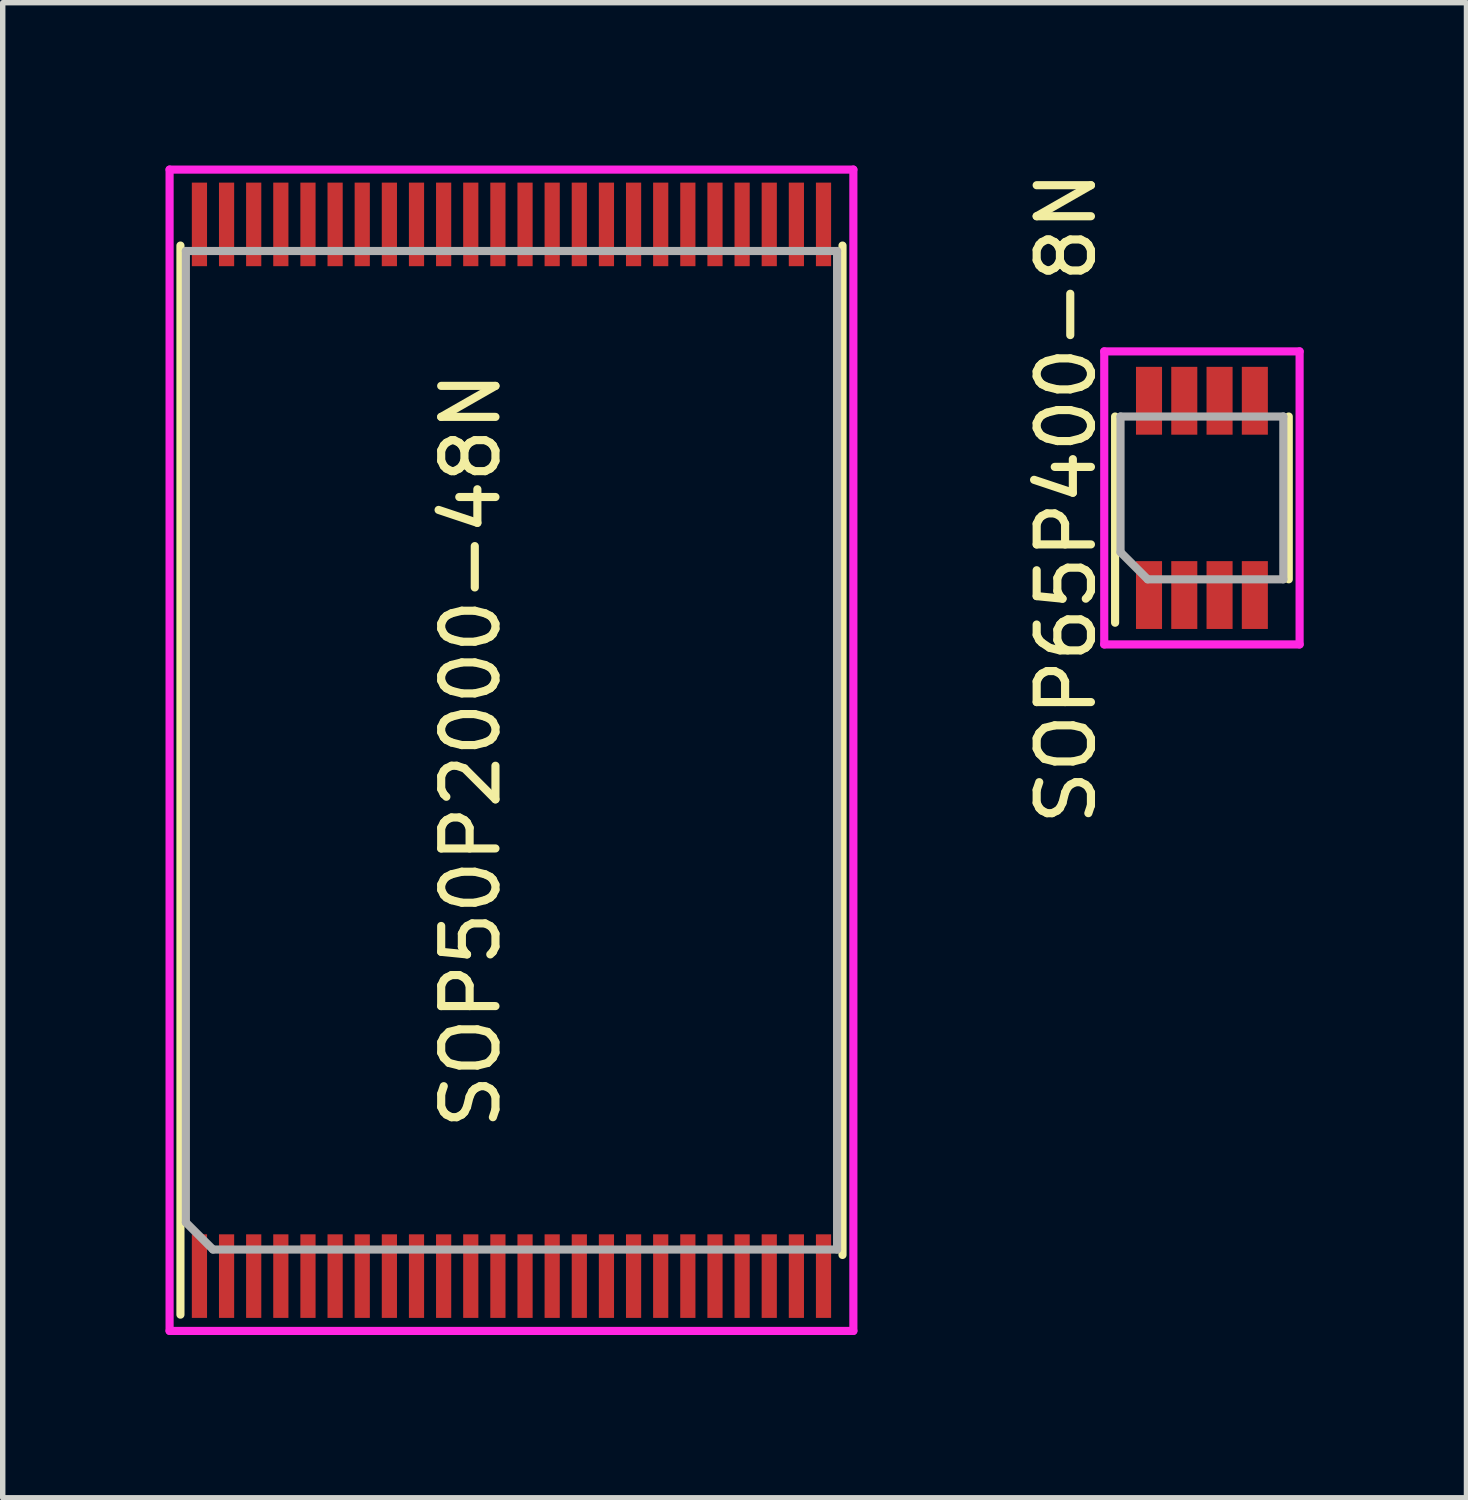
<source format=kicad_pcb>
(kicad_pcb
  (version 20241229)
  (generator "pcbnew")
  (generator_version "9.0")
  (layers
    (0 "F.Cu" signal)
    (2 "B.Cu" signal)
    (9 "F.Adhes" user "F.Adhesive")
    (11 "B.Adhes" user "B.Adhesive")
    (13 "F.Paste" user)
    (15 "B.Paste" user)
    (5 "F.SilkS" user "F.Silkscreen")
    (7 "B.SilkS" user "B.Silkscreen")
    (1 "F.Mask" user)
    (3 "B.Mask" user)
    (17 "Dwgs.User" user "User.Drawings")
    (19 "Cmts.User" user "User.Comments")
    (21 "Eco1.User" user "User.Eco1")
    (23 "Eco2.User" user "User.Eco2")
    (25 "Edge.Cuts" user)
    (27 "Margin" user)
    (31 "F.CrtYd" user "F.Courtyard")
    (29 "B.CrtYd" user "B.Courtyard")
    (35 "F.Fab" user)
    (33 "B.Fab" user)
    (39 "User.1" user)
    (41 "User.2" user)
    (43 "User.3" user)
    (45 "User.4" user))
  (footprint "SOP65P400-8N"
    (layer "F.Cu")
    (at 19.098 6.125)
    (property "Reference" "SOP65P400-8N" (at -2.5 0 90) (layer "F.SilkS") (effects (font (size 1 1) (thickness 0.15))))
    (attr through_hole)
    (fp_line (start -1.6 -1.5) (end -1.6 2.3) (stroke (width 0.15) (type solid)) (layer "F.SilkS"))
    (fp_line (start 1.6 -1.5) (end 1.6 1.5) (stroke (width 0.15) (type solid)) (layer "F.SilkS"))
    (fp_line (start -1.8 -2.7) (end 1.8 -2.7) (stroke (width 0.15) (type solid)) (layer "F.CrtYd"))
    (fp_line (start -1.8 2.7) (end -1.8 -2.7) (stroke (width 0.15) (type solid)) (layer "F.CrtYd"))
    (fp_line (start 1.8 -2.7) (end 1.8 2.7) (stroke (width 0.15) (type solid)) (layer "F.CrtYd"))
    (fp_line (start 1.8 2.7) (end -1.8 2.7) (stroke (width 0.15) (type solid)) (layer "F.CrtYd"))
    (fp_line (start -1.5 -1.5) (end 1.5 -1.5) (stroke (width 0.15) (type solid)) (layer "F.Fab"))
    (fp_line (start -1.5 1) (end -1.5 -1.5) (stroke (width 0.15) (type solid)) (layer "F.Fab"))
    (fp_line (start -1 1.5) (end -1.5 1) (stroke (width 0.15) (type solid)) (layer "F.Fab"))
    (fp_line (start 1.5 -1.5) (end 1.5 1.5) (stroke (width 0.15) (type solid)) (layer "F.Fab"))
    (fp_line (start 1.5 1.5) (end -1 1.5) (stroke (width 0.15) (type solid)) (layer "F.Fab"))
    (pad "1" smd rect (at -0.975 1.79) (size 0.48 1.25) (layers "F.Cu" "F.Mask" "F.Paste"))
    (pad "2" smd rect (at -0.325 1.79) (size 0.48 1.25) (layers "F.Cu" "F.Mask" "F.Paste"))
    (pad "3" smd rect (at 0.325 1.79) (size 0.48 1.25) (layers "F.Cu" "F.Mask" "F.Paste"))
    (pad "4" smd rect (at 0.975 1.79) (size 0.48 1.25) (layers "F.Cu" "F.Mask" "F.Paste"))
    (pad "5" smd rect (at 0.975 -1.79) (size 0.48 1.25) (layers "F.Cu" "F.Mask" "F.Paste"))
    (pad "6" smd rect (at 0.325 -1.79) (size 0.48 1.25) (layers "F.Cu" "F.Mask" "F.Paste"))
    (pad "7" smd rect (at -0.325 -1.79) (size 0.48 1.25) (layers "F.Cu" "F.Mask" "F.Paste"))
    (pad "8" smd rect (at -0.975 -1.79) (size 0.48 1.25) (layers "F.Cu" "F.Mask" "F.Paste")))
  (footprint "SOP50P2000-48N"
    (layer "F.Cu")
    (at 6.375 10.775)
    (property "Reference" "SOP50P2000-48N" (at -0.75 0 90) (layer "F.SilkS") (effects (font (size 1 1) (thickness 0.15))))
    (attr through_hole)
    (fp_line (start -6.1 -9.3) (end -6.1 10.4) (stroke (width 0.15) (type solid)) (layer "F.SilkS"))
    (fp_line (start 6.1 -9.3) (end 6.1 9.3) (stroke (width 0.15) (type solid)) (layer "F.SilkS"))
    (fp_line (start -6.3 -10.7) (end 6.3 -10.7) (stroke (width 0.15) (type solid)) (layer "F.CrtYd"))
    (fp_line (start -6.3 10.7) (end -6.3 -10.7) (stroke (width 0.15) (type solid)) (layer "F.CrtYd"))
    (fp_line (start 6.3 -10.7) (end 6.3 10.7) (stroke (width 0.15) (type solid)) (layer "F.CrtYd"))
    (fp_line (start 6.3 10.7) (end -6.3 10.7) (stroke (width 0.15) (type solid)) (layer "F.CrtYd"))
    (fp_line (start -6 -9.2) (end 6 -9.2) (stroke (width 0.15) (type solid)) (layer "F.Fab"))
    (fp_line (start -6 8.7) (end -6 -9.2) (stroke (width 0.15) (type solid)) (layer "F.Fab"))
    (fp_line (start -5.5 9.2) (end -6 8.7) (stroke (width 0.15) (type solid)) (layer "F.Fab"))
    (fp_line (start 6 -9.2) (end 6 9.2) (stroke (width 0.15) (type solid)) (layer "F.Fab"))
    (fp_line (start 6 9.2) (end -5.5 9.2) (stroke (width 0.15) (type solid)) (layer "F.Fab"))
    (pad "1" smd rect (at -5.75 9.69) (size 0.28 1.54) (layers "F.Cu" "F.Mask" "F.Paste"))
    (pad "2" smd rect (at -5.25 9.69) (size 0.28 1.54) (layers "F.Cu" "F.Mask" "F.Paste"))
    (pad "3" smd rect (at -4.75 9.69) (size 0.28 1.54) (layers "F.Cu" "F.Mask" "F.Paste"))
    (pad "4" smd rect (at -4.25 9.69) (size 0.28 1.54) (layers "F.Cu" "F.Mask" "F.Paste"))
    (pad "5" smd rect (at -3.75 9.69) (size 0.28 1.54) (layers "F.Cu" "F.Mask" "F.Paste"))
    (pad "6" smd rect (at -3.25 9.69) (size 0.28 1.54) (layers "F.Cu" "F.Mask" "F.Paste"))
    (pad "7" smd rect (at -2.75 9.69) (size 0.28 1.54) (layers "F.Cu" "F.Mask" "F.Paste"))
    (pad "8" smd rect (at -2.25 9.69) (size 0.28 1.54) (layers "F.Cu" "F.Mask" "F.Paste"))
    (pad "9" smd rect (at -1.75 9.69) (size 0.28 1.54) (layers "F.Cu" "F.Mask" "F.Paste"))
    (pad "10" smd rect (at -1.25 9.69) (size 0.28 1.54) (layers "F.Cu" "F.Mask" "F.Paste"))
    (pad "11" smd rect (at -0.75 9.69) (size 0.28 1.54) (layers "F.Cu" "F.Mask" "F.Paste"))
    (pad "12" smd rect (at -0.25 9.69) (size 0.28 1.54) (layers "F.Cu" "F.Mask" "F.Paste"))
    (pad "13" smd rect (at 0.25 9.69) (size 0.28 1.54) (layers "F.Cu" "F.Mask" "F.Paste"))
    (pad "14" smd rect (at 0.75 9.69) (size 0.28 1.54) (layers "F.Cu" "F.Mask" "F.Paste"))
    (pad "15" smd rect (at 1.25 9.69) (size 0.28 1.54) (layers "F.Cu" "F.Mask" "F.Paste"))
    (pad "16" smd rect (at 1.75 9.69) (size 0.28 1.54) (layers "F.Cu" "F.Mask" "F.Paste"))
    (pad "17" smd rect (at 2.25 9.69) (size 0.28 1.54) (layers "F.Cu" "F.Mask" "F.Paste"))
    (pad "18" smd rect (at 2.75 9.69) (size 0.28 1.54) (layers "F.Cu" "F.Mask" "F.Paste"))
    (pad "19" smd rect (at 3.25 9.69) (size 0.28 1.54) (layers "F.Cu" "F.Mask" "F.Paste"))
    (pad "20" smd rect (at 3.75 9.69) (size 0.28 1.54) (layers "F.Cu" "F.Mask" "F.Paste"))
    (pad "21" smd rect (at 4.25 9.69) (size 0.28 1.54) (layers "F.Cu" "F.Mask" "F.Paste"))
    (pad "22" smd rect (at 4.75 9.69) (size 0.28 1.54) (layers "F.Cu" "F.Mask" "F.Paste"))
    (pad "23" smd rect (at 5.25 9.69) (size 0.28 1.54) (layers "F.Cu" "F.Mask" "F.Paste"))
    (pad "24" smd rect (at 5.75 9.69) (size 0.28 1.54) (layers "F.Cu" "F.Mask" "F.Paste"))
    (pad "25" smd rect (at 5.75 -9.69) (size 0.28 1.54) (layers "F.Cu" "F.Mask" "F.Paste"))
    (pad "26" smd rect (at 5.25 -9.69) (size 0.28 1.54) (layers "F.Cu" "F.Mask" "F.Paste"))
    (pad "27" smd rect (at 4.75 -9.69) (size 0.28 1.54) (layers "F.Cu" "F.Mask" "F.Paste"))
    (pad "28" smd rect (at 4.25 -9.69) (size 0.28 1.54) (layers "F.Cu" "F.Mask" "F.Paste"))
    (pad "29" smd rect (at 3.75 -9.69) (size 0.28 1.54) (layers "F.Cu" "F.Mask" "F.Paste"))
    (pad "30" smd rect (at 3.25 -9.69) (size 0.28 1.54) (layers "F.Cu" "F.Mask" "F.Paste"))
    (pad "31" smd rect (at 2.75 -9.69) (size 0.28 1.54) (layers "F.Cu" "F.Mask" "F.Paste"))
    (pad "32" smd rect (at 2.25 -9.69) (size 0.28 1.54) (layers "F.Cu" "F.Mask" "F.Paste"))
    (pad "33" smd rect (at 1.75 -9.69) (size 0.28 1.54) (layers "F.Cu" "F.Mask" "F.Paste"))
    (pad "34" smd rect (at 1.25 -9.69) (size 0.28 1.54) (layers "F.Cu" "F.Mask" "F.Paste"))
    (pad "35" smd rect (at 0.75 -9.69) (size 0.28 1.54) (layers "F.Cu" "F.Mask" "F.Paste"))
    (pad "36" smd rect (at 0.25 -9.69) (size 0.28 1.54) (layers "F.Cu" "F.Mask" "F.Paste"))
    (pad "37" smd rect (at -0.25 -9.69) (size 0.28 1.54) (layers "F.Cu" "F.Mask" "F.Paste"))
    (pad "38" smd rect (at -0.75 -9.69) (size 0.28 1.54) (layers "F.Cu" "F.Mask" "F.Paste"))
    (pad "39" smd rect (at -1.25 -9.69) (size 0.28 1.54) (layers "F.Cu" "F.Mask" "F.Paste"))
    (pad "40" smd rect (at -1.75 -9.69) (size 0.28 1.54) (layers "F.Cu" "F.Mask" "F.Paste"))
    (pad "41" smd rect (at -2.25 -9.69) (size 0.28 1.54) (layers "F.Cu" "F.Mask" "F.Paste"))
    (pad "42" smd rect (at -2.75 -9.69) (size 0.28 1.54) (layers "F.Cu" "F.Mask" "F.Paste"))
    (pad "43" smd rect (at -3.25 -9.69) (size 0.28 1.54) (layers "F.Cu" "F.Mask" "F.Paste"))
    (pad "44" smd rect (at -3.75 -9.69) (size 0.28 1.54) (layers "F.Cu" "F.Mask" "F.Paste"))
    (pad "45" smd rect (at -4.25 -9.69) (size 0.28 1.54) (layers "F.Cu" "F.Mask" "F.Paste"))
    (pad "46" smd rect (at -4.75 -9.69) (size 0.28 1.54) (layers "F.Cu" "F.Mask" "F.Paste"))
    (pad "47" smd rect (at -5.25 -9.69) (size 0.28 1.54) (layers "F.Cu" "F.Mask" "F.Paste"))
    (pad "48" smd rect (at -5.75 -9.69) (size 0.28 1.54) (layers "F.Cu" "F.Mask" "F.Paste")))
  (gr_rect
    (start -3 -3)
    (end 23.973 24.55)
    (stroke (width 0.1) (type default))
    (fill no)
    (layer "Edge.Cuts")))
</source>
